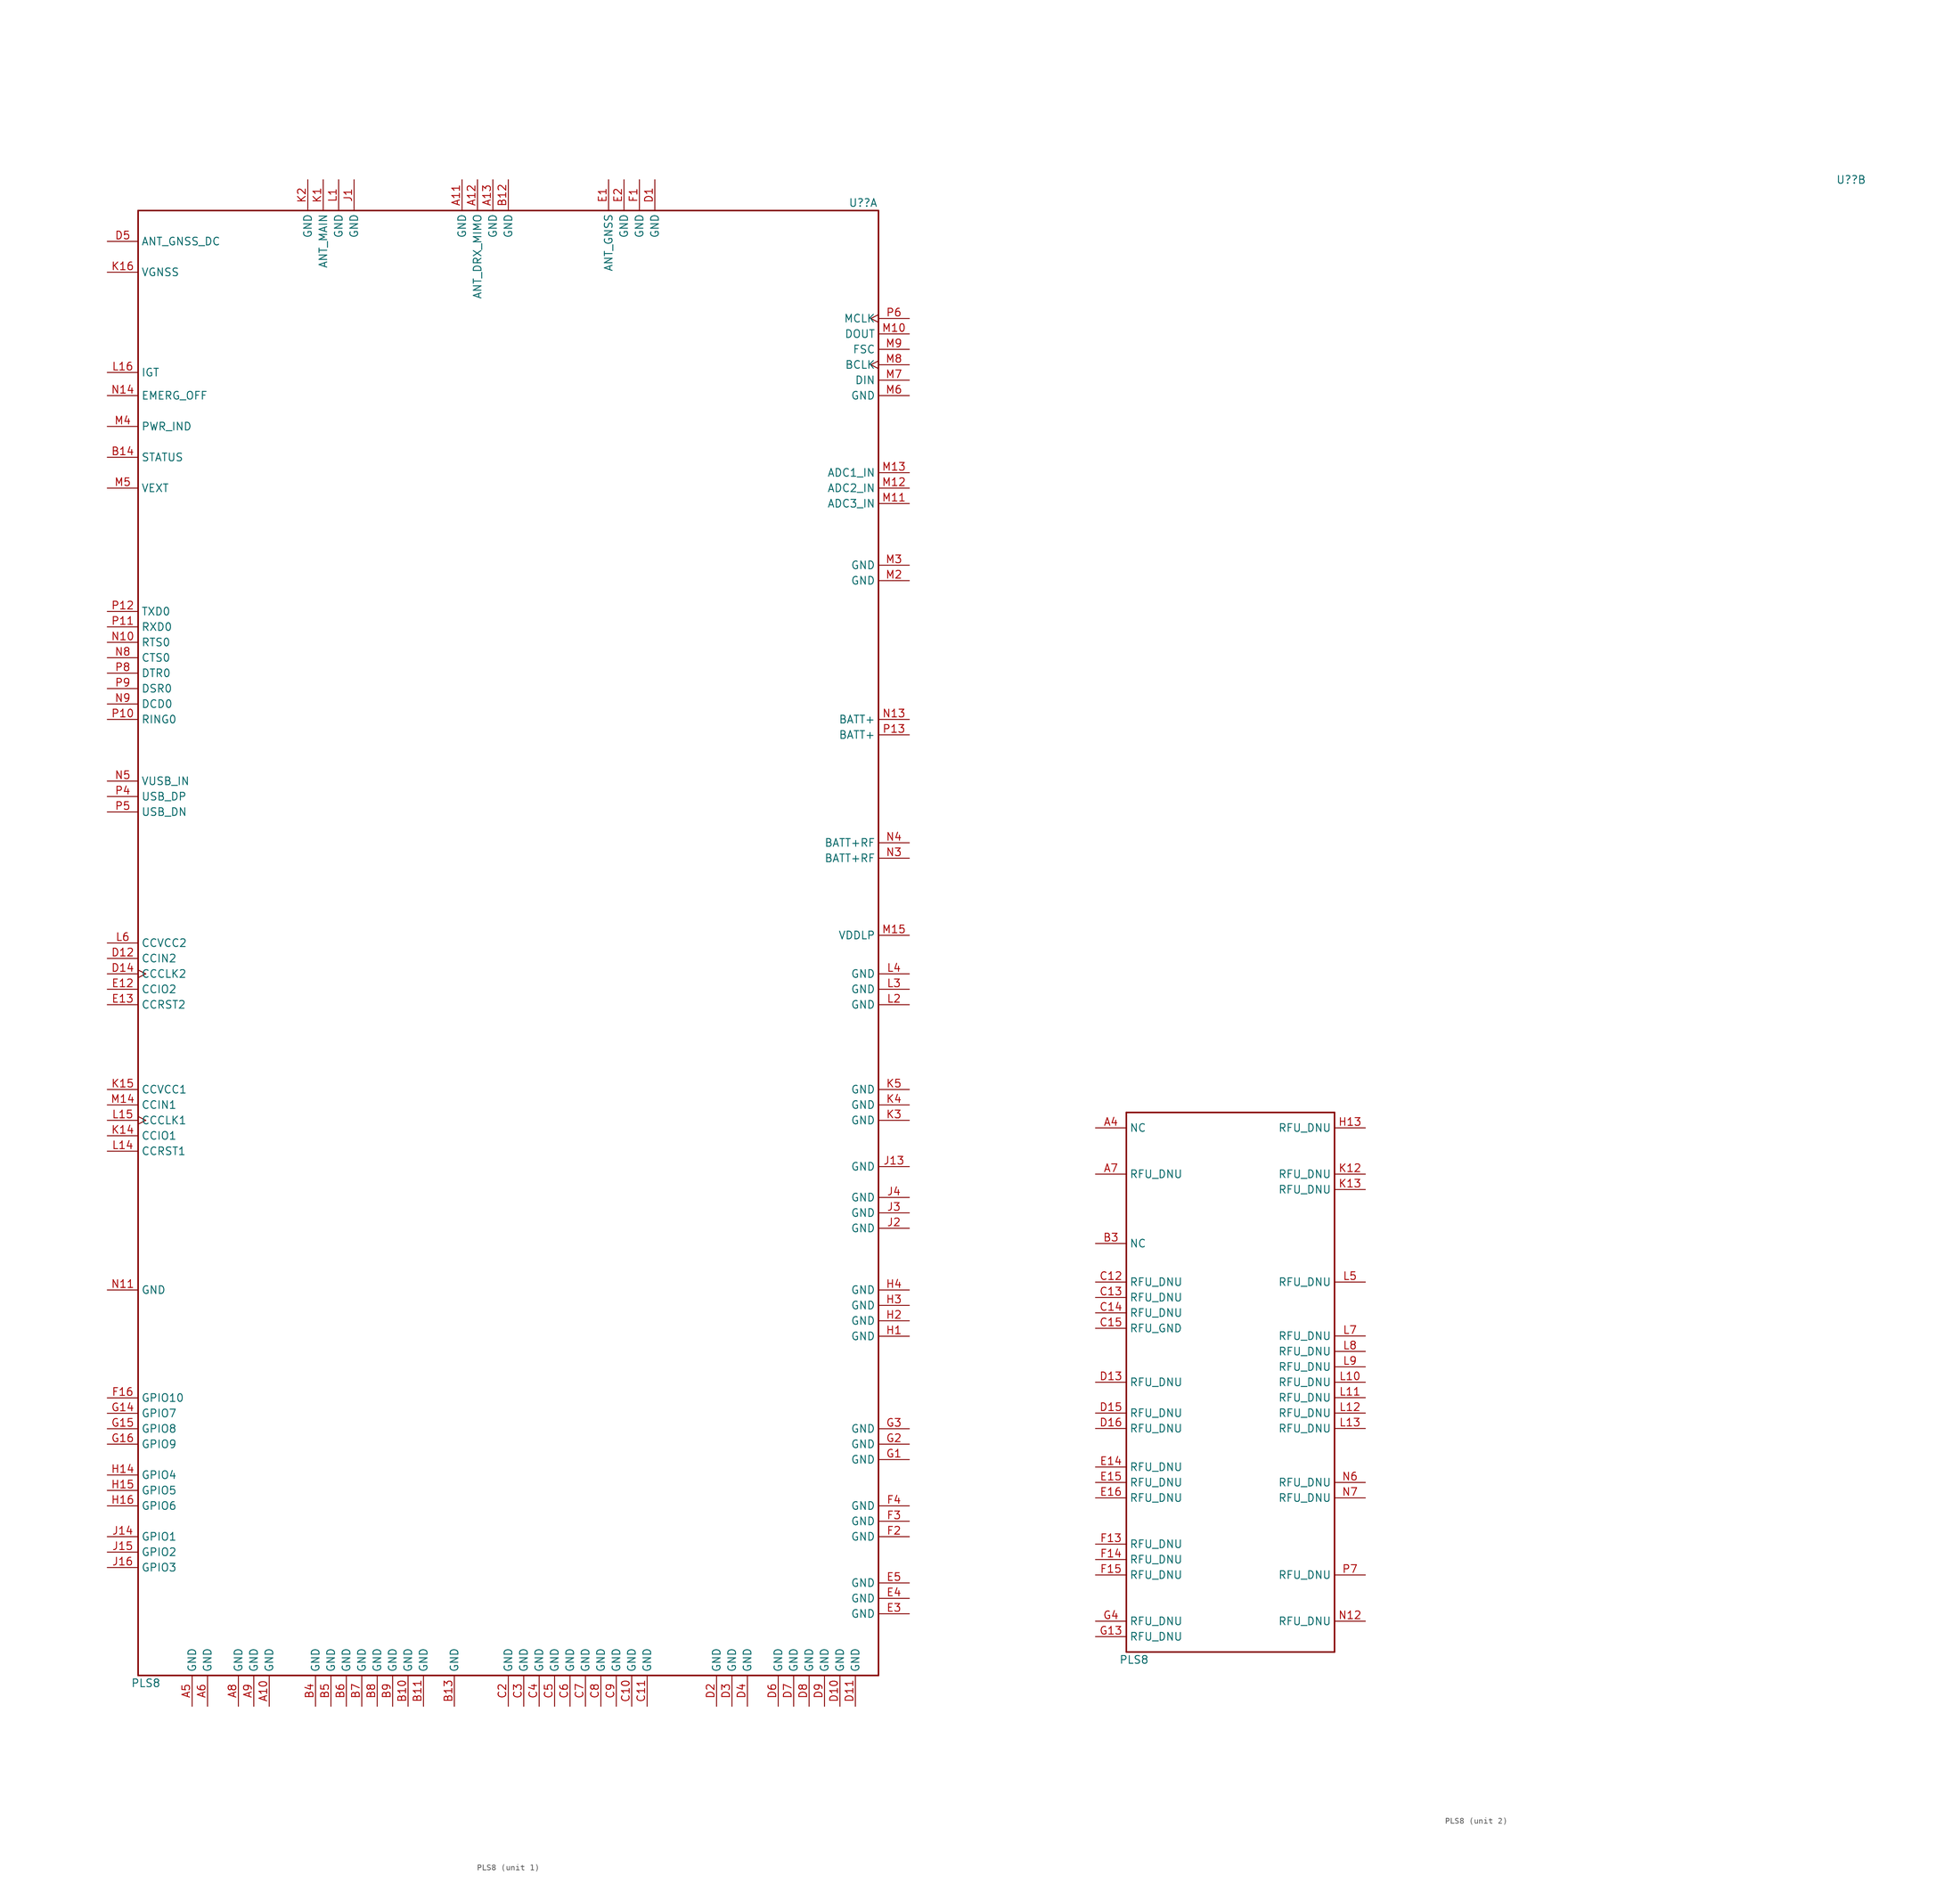
<source format=kicad_sym>
(kicad_symbol_lib
  (version 20211014)
  (generator kicad_symbol_editor)
  (symbol "PLS8"
    (property "Reference" "U?"
      (at 119.38 242.57 0)
      (effects (font (size 1.27 1.27))))
    (property "Value" "PLS8"
      (at 1.27 -1.27 0)
      (effects (font (size 1.27 1.27))))
    (property "ki_locked" ""
      (at 0 0 0)
      (effects (font (size 1.27 1.27))))
    (symbol "PLS8_1_0"
      (polyline (pts (xy 0 0) (xy 0 241.3)) (stroke (width 0.254) (type default) (color 0 0 0 0)) (fill (type none)))
      (polyline (pts (xy 0 241.3) (xy 121.92 241.3)) (stroke (width 0.254) (type default) (color 0 0 0 0)) (fill (type none)))
      (polyline (pts (xy 121.92 0) (xy 0 0)) (stroke (width 0.254) (type default) (color 0 0 0 0)) (fill (type none)))
      (polyline (pts (xy 121.92 241.3) (xy 121.92 0)) (stroke (width 0.254) (type default) (color 0 0 0 0)) (fill (type none)))
      (pin power_in line (at 21.59 -5.08 90) (length 5.08) (name "GND" (effects (font (size 1.27 1.27)))) (number "A10" (effects (font (size 1.27 1.27)))))
      (pin power_in line (at 53.34 246.38 270) (length 5.08) (name "GND" (effects (font (size 1.27 1.27)))) (number "A11" (effects (font (size 1.27 1.27)))))
      (pin bidirectional line (at 55.88 246.38 270) (length 5.08) (name "ANT_DRX_MIMO" (effects (font (size 1.27 1.27)))) (number "A12" (effects (font (size 1.27 1.27)))))
      (pin power_in line (at 58.42 246.38 270) (length 5.08) (name "GND" (effects (font (size 1.27 1.27)))) (number "A13" (effects (font (size 1.27 1.27)))))
      (pin power_in line (at 8.89 -5.08 90) (length 5.08) (name "GND" (effects (font (size 1.27 1.27)))) (number "A5" (effects (font (size 1.27 1.27)))))
      (pin power_in line (at 11.43 -5.08 90) (length 5.08) (name "GND" (effects (font (size 1.27 1.27)))) (number "A6" (effects (font (size 1.27 1.27)))))
      (pin power_in line (at 16.51 -5.08 90) (length 5.08) (name "GND" (effects (font (size 1.27 1.27)))) (number "A8" (effects (font (size 1.27 1.27)))))
      (pin power_in line (at 19.05 -5.08 90) (length 5.08) (name "GND" (effects (font (size 1.27 1.27)))) (number "A9" (effects (font (size 1.27 1.27)))))
      (pin power_in line (at 44.45 -5.08 90) (length 5.08) (name "GND" (effects (font (size 1.27 1.27)))) (number "B10" (effects (font (size 1.27 1.27)))))
      (pin power_in line (at 46.99 -5.08 90) (length 5.08) (name "GND" (effects (font (size 1.27 1.27)))) (number "B11" (effects (font (size 1.27 1.27)))))
      (pin power_in line (at 60.96 246.38 270) (length 5.08) (name "GND" (effects (font (size 1.27 1.27)))) (number "B12" (effects (font (size 1.27 1.27)))))
      (pin power_in line (at 52.07 -5.08 90) (length 5.08) (name "GND" (effects (font (size 1.27 1.27)))) (number "B13" (effects (font (size 1.27 1.27)))))
      (pin output line (at -5.08 200.66 0) (length 5.08) (name "STATUS" (effects (font (size 1.27 1.27)))) (number "B14" (effects (font (size 1.27 1.27)))))
      (pin power_in line (at 29.21 -5.08 90) (length 5.08) (name "GND" (effects (font (size 1.27 1.27)))) (number "B4" (effects (font (size 1.27 1.27)))))
      (pin power_in line (at 31.75 -5.08 90) (length 5.08) (name "GND" (effects (font (size 1.27 1.27)))) (number "B5" (effects (font (size 1.27 1.27)))))
      (pin power_in line (at 34.29 -5.08 90) (length 5.08) (name "GND" (effects (font (size 1.27 1.27)))) (number "B6" (effects (font (size 1.27 1.27)))))
      (pin power_in line (at 36.83 -5.08 90) (length 5.08) (name "GND" (effects (font (size 1.27 1.27)))) (number "B7" (effects (font (size 1.27 1.27)))))
      (pin power_in line (at 39.37 -5.08 90) (length 5.08) (name "GND" (effects (font (size 1.27 1.27)))) (number "B8" (effects (font (size 1.27 1.27)))))
      (pin power_in line (at 41.91 -5.08 90) (length 5.08) (name "GND" (effects (font (size 1.27 1.27)))) (number "B9" (effects (font (size 1.27 1.27)))))
      (pin power_in line (at 81.28 -5.08 90) (length 5.08) (name "GND" (effects (font (size 1.27 1.27)))) (number "C10" (effects (font (size 1.27 1.27)))))
      (pin power_in line (at 83.82 -5.08 90) (length 5.08) (name "GND" (effects (font (size 1.27 1.27)))) (number "C11" (effects (font (size 1.27 1.27)))))
      (pin power_in line (at 60.96 -5.08 90) (length 5.08) (name "GND" (effects (font (size 1.27 1.27)))) (number "C2" (effects (font (size 1.27 1.27)))))
      (pin power_in line (at 63.5 -5.08 90) (length 5.08) (name "GND" (effects (font (size 1.27 1.27)))) (number "C3" (effects (font (size 1.27 1.27)))))
      (pin power_in line (at 66.04 -5.08 90) (length 5.08) (name "GND" (effects (font (size 1.27 1.27)))) (number "C4" (effects (font (size 1.27 1.27)))))
      (pin power_in line (at 68.58 -5.08 90) (length 5.08) (name "GND" (effects (font (size 1.27 1.27)))) (number "C5" (effects (font (size 1.27 1.27)))))
      (pin power_in line (at 71.12 -5.08 90) (length 5.08) (name "GND" (effects (font (size 1.27 1.27)))) (number "C6" (effects (font (size 1.27 1.27)))))
      (pin power_in line (at 73.66 -5.08 90) (length 5.08) (name "GND" (effects (font (size 1.27 1.27)))) (number "C7" (effects (font (size 1.27 1.27)))))
      (pin power_in line (at 76.2 -5.08 90) (length 5.08) (name "GND" (effects (font (size 1.27 1.27)))) (number "C8" (effects (font (size 1.27 1.27)))))
      (pin power_in line (at 78.74 -5.08 90) (length 5.08) (name "GND" (effects (font (size 1.27 1.27)))) (number "C9" (effects (font (size 1.27 1.27)))))
      (pin passive line (at 85.09 246.38 270) (length 5.08) (name "GND" (effects (font (size 1.27 1.27)))) (number "D1" (effects (font (size 1.27 1.27)))))
      (pin power_in line (at 115.57 -5.08 90) (length 5.08) (name "GND" (effects (font (size 1.27 1.27)))) (number "D10" (effects (font (size 1.27 1.27)))))
      (pin power_in line (at 118.11 -5.08 90) (length 5.08) (name "GND" (effects (font (size 1.27 1.27)))) (number "D11" (effects (font (size 1.27 1.27)))))
      (pin input line (at -5.08 118.11 0) (length 5.08) (name "CCIN2" (effects (font (size 1.27 1.27)))) (number "D12" (effects (font (size 1.27 1.27)))))
      (pin output clock (at -5.08 115.57 0) (length 5.08) (name "CCCLK2" (effects (font (size 1.27 1.27)))) (number "D14" (effects (font (size 1.27 1.27)))))
      (pin power_in line (at 95.25 -5.08 90) (length 5.08) (name "GND" (effects (font (size 1.27 1.27)))) (number "D2" (effects (font (size 1.27 1.27)))))
      (pin power_in line (at 97.79 -5.08 90) (length 5.08) (name "GND" (effects (font (size 1.27 1.27)))) (number "D3" (effects (font (size 1.27 1.27)))))
      (pin power_in line (at 100.33 -5.08 90) (length 5.08) (name "GND" (effects (font (size 1.27 1.27)))) (number "D4" (effects (font (size 1.27 1.27)))))
      (pin input line (at -5.08 236.22 0) (length 5.08) (name "ANT_GNSS_DC" (effects (font (size 1.27 1.27)))) (number "D5" (effects (font (size 1.27 1.27)))))
      (pin power_in line (at 105.41 -5.08 90) (length 5.08) (name "GND" (effects (font (size 1.27 1.27)))) (number "D6" (effects (font (size 1.27 1.27)))))
      (pin power_in line (at 107.95 -5.08 90) (length 5.08) (name "GND" (effects (font (size 1.27 1.27)))) (number "D7" (effects (font (size 1.27 1.27)))))
      (pin power_in line (at 110.49 -5.08 90) (length 5.08) (name "GND" (effects (font (size 1.27 1.27)))) (number "D8" (effects (font (size 1.27 1.27)))))
      (pin power_in line (at 113.03 -5.08 90) (length 5.08) (name "GND" (effects (font (size 1.27 1.27)))) (number "D9" (effects (font (size 1.27 1.27)))))
      (pin passive line (at 77.47 246.38 270) (length 5.08) (name "ANT_GNSS" (effects (font (size 1.27 1.27)))) (number "E1" (effects (font (size 1.27 1.27)))))
      (pin bidirectional line (at -5.08 113.03 0) (length 5.08) (name "CCIO2" (effects (font (size 1.27 1.27)))) (number "E12" (effects (font (size 1.27 1.27)))))
      (pin output line (at -5.08 110.49 0) (length 5.08) (name "CCRST2" (effects (font (size 1.27 1.27)))) (number "E13" (effects (font (size 1.27 1.27)))))
      (pin passive line (at 80.01 246.38 270) (length 5.08) (name "GND" (effects (font (size 1.27 1.27)))) (number "E2" (effects (font (size 1.27 1.27)))))
      (pin power_in line (at 127 10.16 180) (length 5.08) (name "GND" (effects (font (size 1.27 1.27)))) (number "E3" (effects (font (size 1.27 1.27)))))
      (pin power_in line (at 127 12.7 180) (length 5.08) (name "GND" (effects (font (size 1.27 1.27)))) (number "E4" (effects (font (size 1.27 1.27)))))
      (pin power_in line (at 127 15.24 180) (length 5.08) (name "GND" (effects (font (size 1.27 1.27)))) (number "E5" (effects (font (size 1.27 1.27)))))
      (pin passive line (at 82.55 246.38 270) (length 5.08) (name "GND" (effects (font (size 1.27 1.27)))) (number "F1" (effects (font (size 1.27 1.27)))))
      (pin bidirectional line (at -5.08 45.72 0) (length 5.08) (name "GPIO10" (effects (font (size 1.27 1.27)))) (number "F16" (effects (font (size 1.27 1.27)))))
      (pin power_in line (at 127 22.86 180) (length 5.08) (name "GND" (effects (font (size 1.27 1.27)))) (number "F2" (effects (font (size 1.27 1.27)))))
      (pin power_in line (at 127 25.4 180) (length 5.08) (name "GND" (effects (font (size 1.27 1.27)))) (number "F3" (effects (font (size 1.27 1.27)))))
      (pin power_in line (at 127 27.94 180) (length 5.08) (name "GND" (effects (font (size 1.27 1.27)))) (number "F4" (effects (font (size 1.27 1.27)))))
      (pin power_in line (at 127 35.56 180) (length 5.08) (name "GND" (effects (font (size 1.27 1.27)))) (number "G1" (effects (font (size 1.27 1.27)))))
      (pin bidirectional line (at -5.08 43.18 0) (length 5.08) (name "GPIO7" (effects (font (size 1.27 1.27)))) (number "G14" (effects (font (size 1.27 1.27)))))
      (pin bidirectional line (at -5.08 40.64 0) (length 5.08) (name "GPIO8" (effects (font (size 1.27 1.27)))) (number "G15" (effects (font (size 1.27 1.27)))))
      (pin bidirectional line (at -5.08 38.1 0) (length 5.08) (name "GPIO9" (effects (font (size 1.27 1.27)))) (number "G16" (effects (font (size 1.27 1.27)))))
      (pin power_in line (at 127 38.1 180) (length 5.08) (name "GND" (effects (font (size 1.27 1.27)))) (number "G2" (effects (font (size 1.27 1.27)))))
      (pin power_in line (at 127 40.64 180) (length 5.08) (name "GND" (effects (font (size 1.27 1.27)))) (number "G3" (effects (font (size 1.27 1.27)))))
      (pin power_in line (at 127 55.88 180) (length 5.08) (name "GND" (effects (font (size 1.27 1.27)))) (number "H1" (effects (font (size 1.27 1.27)))))
      (pin bidirectional line (at -5.08 33.02 0) (length 5.08) (name "GPIO4" (effects (font (size 1.27 1.27)))) (number "H14" (effects (font (size 1.27 1.27)))))
      (pin bidirectional line (at -5.08 30.48 0) (length 5.08) (name "GPIO5" (effects (font (size 1.27 1.27)))) (number "H15" (effects (font (size 1.27 1.27)))))
      (pin bidirectional line (at -5.08 27.94 0) (length 5.08) (name "GPIO6" (effects (font (size 1.27 1.27)))) (number "H16" (effects (font (size 1.27 1.27)))))
      (pin power_in line (at 127 58.42 180) (length 5.08) (name "GND" (effects (font (size 1.27 1.27)))) (number "H2" (effects (font (size 1.27 1.27)))))
      (pin power_in line (at 127 60.96 180) (length 5.08) (name "GND" (effects (font (size 1.27 1.27)))) (number "H3" (effects (font (size 1.27 1.27)))))
      (pin power_in line (at 127 63.5 180) (length 5.08) (name "GND" (effects (font (size 1.27 1.27)))) (number "H4" (effects (font (size 1.27 1.27)))))
      (pin power_in line (at 35.56 246.38 270) (length 5.08) (name "GND" (effects (font (size 1.27 1.27)))) (number "J1" (effects (font (size 1.27 1.27)))))
      (pin power_in line (at 127 83.82 180) (length 5.08) (name "GND" (effects (font (size 1.27 1.27)))) (number "J13" (effects (font (size 1.27 1.27)))))
      (pin bidirectional line (at -5.08 22.86 0) (length 5.08) (name "GPIO1" (effects (font (size 1.27 1.27)))) (number "J14" (effects (font (size 1.27 1.27)))))
      (pin bidirectional line (at -5.08 20.32 0) (length 5.08) (name "GPIO2" (effects (font (size 1.27 1.27)))) (number "J15" (effects (font (size 1.27 1.27)))))
      (pin bidirectional line (at -5.08 17.78 0) (length 5.08) (name "GPIO3" (effects (font (size 1.27 1.27)))) (number "J16" (effects (font (size 1.27 1.27)))))
      (pin power_in line (at 127 73.66 180) (length 5.08) (name "GND" (effects (font (size 1.27 1.27)))) (number "J2" (effects (font (size 1.27 1.27)))))
      (pin power_in line (at 127 76.2 180) (length 5.08) (name "GND" (effects (font (size 1.27 1.27)))) (number "J3" (effects (font (size 1.27 1.27)))))
      (pin power_in line (at 127 78.74 180) (length 5.08) (name "GND" (effects (font (size 1.27 1.27)))) (number "J4" (effects (font (size 1.27 1.27)))))
      (pin bidirectional line (at 30.48 246.38 270) (length 5.08) (name "ANT_MAIN" (effects (font (size 1.27 1.27)))) (number "K1" (effects (font (size 1.27 1.27)))))
      (pin bidirectional line (at -5.08 88.9 0) (length 5.08) (name "CCIO1" (effects (font (size 1.27 1.27)))) (number "K14" (effects (font (size 1.27 1.27)))))
      (pin power_out line (at -5.08 96.52 0) (length 5.08) (name "CCVCC1" (effects (font (size 1.27 1.27)))) (number "K15" (effects (font (size 1.27 1.27)))))
      (pin output line (at -5.08 231.14 0) (length 5.08) (name "VGNSS" (effects (font (size 1.27 1.27)))) (number "K16" (effects (font (size 1.27 1.27)))))
      (pin power_in line (at 27.94 246.38 270) (length 5.08) (name "GND" (effects (font (size 1.27 1.27)))) (number "K2" (effects (font (size 1.27 1.27)))))
      (pin power_in line (at 127 91.44 180) (length 5.08) (name "GND" (effects (font (size 1.27 1.27)))) (number "K3" (effects (font (size 1.27 1.27)))))
      (pin power_in line (at 127 93.98 180) (length 5.08) (name "GND" (effects (font (size 1.27 1.27)))) (number "K4" (effects (font (size 1.27 1.27)))))
      (pin power_in line (at 127 96.52 180) (length 5.08) (name "GND" (effects (font (size 1.27 1.27)))) (number "K5" (effects (font (size 1.27 1.27)))))
      (pin power_in line (at 33.02 246.38 270) (length 5.08) (name "GND" (effects (font (size 1.27 1.27)))) (number "L1" (effects (font (size 1.27 1.27)))))
      (pin output line (at -5.08 86.36 0) (length 5.08) (name "CCRST1" (effects (font (size 1.27 1.27)))) (number "L14" (effects (font (size 1.27 1.27)))))
      (pin output clock (at -5.08 91.44 0) (length 5.08) (name "CCCLK1" (effects (font (size 1.27 1.27)))) (number "L15" (effects (font (size 1.27 1.27)))))
      (pin input line (at -5.08 214.63 0) (length 5.08) (name "IGT" (effects (font (size 1.27 1.27)))) (number "L16" (effects (font (size 1.27 1.27)))))
      (pin power_in line (at 127 110.49 180) (length 5.08) (name "GND" (effects (font (size 1.27 1.27)))) (number "L2" (effects (font (size 1.27 1.27)))))
      (pin power_in line (at 127 113.03 180) (length 5.08) (name "GND" (effects (font (size 1.27 1.27)))) (number "L3" (effects (font (size 1.27 1.27)))))
      (pin power_in line (at 127 115.57 180) (length 5.08) (name "GND" (effects (font (size 1.27 1.27)))) (number "L4" (effects (font (size 1.27 1.27)))))
      (pin power_out line (at -5.08 120.65 0) (length 5.08) (name "CCVCC2" (effects (font (size 1.27 1.27)))) (number "L6" (effects (font (size 1.27 1.27)))))
      (pin output line (at 127 220.98 180) (length 5.08) (name "DOUT" (effects (font (size 1.27 1.27)))) (number "M10" (effects (font (size 1.27 1.27)))))
      (pin input line (at 127 193.04 180) (length 5.08) (name "ADC3_IN" (effects (font (size 1.27 1.27)))) (number "M11" (effects (font (size 1.27 1.27)))))
      (pin input line (at 127 195.58 180) (length 5.08) (name "ADC2_IN" (effects (font (size 1.27 1.27)))) (number "M12" (effects (font (size 1.27 1.27)))))
      (pin input line (at 127 198.12 180) (length 5.08) (name "ADC1_IN" (effects (font (size 1.27 1.27)))) (number "M13" (effects (font (size 1.27 1.27)))))
      (pin input line (at -5.08 93.98 0) (length 5.08) (name "CCIN1" (effects (font (size 1.27 1.27)))) (number "M14" (effects (font (size 1.27 1.27)))))
      (pin power_out line (at 127 121.92 180) (length 5.08) (name "VDDLP" (effects (font (size 1.27 1.27)))) (number "M15" (effects (font (size 1.27 1.27)))))
      (pin power_in line (at 127 180.34 180) (length 5.08) (name "GND" (effects (font (size 1.27 1.27)))) (number "M2" (effects (font (size 1.27 1.27)))))
      (pin power_in line (at 127 182.88 180) (length 5.08) (name "GND" (effects (font (size 1.27 1.27)))) (number "M3" (effects (font (size 1.27 1.27)))))
      (pin output line (at -5.08 205.74 0) (length 5.08) (name "PWR_IND" (effects (font (size 1.27 1.27)))) (number "M4" (effects (font (size 1.27 1.27)))))
      (pin power_out line (at -5.08 195.58 0) (length 5.08) (name "VEXT" (effects (font (size 1.27 1.27)))) (number "M5" (effects (font (size 1.27 1.27)))))
      (pin power_in line (at 127 210.82 180) (length 5.08) (name "GND" (effects (font (size 1.27 1.27)))) (number "M6" (effects (font (size 1.27 1.27)))))
      (pin input line (at 127 213.36 180) (length 5.08) (name "DIN" (effects (font (size 1.27 1.27)))) (number "M7" (effects (font (size 1.27 1.27)))))
      (pin bidirectional clock (at 127 215.9 180) (length 5.08) (name "BCLK" (effects (font (size 1.27 1.27)))) (number "M8" (effects (font (size 1.27 1.27)))))
      (pin bidirectional line (at 127 218.44 180) (length 5.08) (name "FSC" (effects (font (size 1.27 1.27)))) (number "M9" (effects (font (size 1.27 1.27)))))
      (pin input line (at -5.08 170.18 0) (length 5.08) (name "RTS0" (effects (font (size 1.27 1.27)))) (number "N10" (effects (font (size 1.27 1.27)))))
      (pin power_in line (at -5.08 63.5 0) (length 5.08) (name "GND" (effects (font (size 1.27 1.27)))) (number "N11" (effects (font (size 1.27 1.27)))))
      (pin power_in line (at 127 157.48 180) (length 5.08) (name "BATT+" (effects (font (size 1.27 1.27)))) (number "N13" (effects (font (size 1.27 1.27)))))
      (pin input line (at -5.08 210.82 0) (length 5.08) (name "EMERG_OFF" (effects (font (size 1.27 1.27)))) (number "N14" (effects (font (size 1.27 1.27)))))
      (pin power_in line (at 127 134.62 180) (length 5.08) (name "BATT+RF" (effects (font (size 1.27 1.27)))) (number "N3" (effects (font (size 1.27 1.27)))))
      (pin power_in line (at 127 137.16 180) (length 5.08) (name "BATT+RF" (effects (font (size 1.27 1.27)))) (number "N4" (effects (font (size 1.27 1.27)))))
      (pin passive line (at -5.08 147.32 0) (length 5.08) (name "VUSB_IN" (effects (font (size 1.27 1.27)))) (number "N5" (effects (font (size 1.27 1.27)))))
      (pin output line (at -5.08 167.64 0) (length 5.08) (name "CTS0" (effects (font (size 1.27 1.27)))) (number "N8" (effects (font (size 1.27 1.27)))))
      (pin output line (at -5.08 160.02 0) (length 5.08) (name "DCD0" (effects (font (size 1.27 1.27)))) (number "N9" (effects (font (size 1.27 1.27)))))
      (pin output line (at -5.08 157.48 0) (length 5.08) (name "RING0" (effects (font (size 1.27 1.27)))) (number "P10" (effects (font (size 1.27 1.27)))))
      (pin input line (at -5.08 172.72 0) (length 5.08) (name "RXD0" (effects (font (size 1.27 1.27)))) (number "P11" (effects (font (size 1.27 1.27)))))
      (pin output line (at -5.08 175.26 0) (length 5.08) (name "TXD0" (effects (font (size 1.27 1.27)))) (number "P12" (effects (font (size 1.27 1.27)))))
      (pin power_in line (at 127 154.94 180) (length 5.08) (name "BATT+" (effects (font (size 1.27 1.27)))) (number "P13" (effects (font (size 1.27 1.27)))))
      (pin bidirectional line (at -5.08 144.78 0) (length 5.08) (name "USB_DP" (effects (font (size 1.27 1.27)))) (number "P4" (effects (font (size 1.27 1.27)))))
      (pin bidirectional line (at -5.08 142.24 0) (length 5.08) (name "USB_DN" (effects (font (size 1.27 1.27)))) (number "P5" (effects (font (size 1.27 1.27)))))
      (pin output clock (at 127 223.52 180) (length 5.08) (name "MCLK" (effects (font (size 1.27 1.27)))) (number "P6" (effects (font (size 1.27 1.27)))))
      (pin input line (at -5.08 165.1 0) (length 5.08) (name "DTR0" (effects (font (size 1.27 1.27)))) (number "P8" (effects (font (size 1.27 1.27)))))
      (pin output line (at -5.08 162.56 0) (length 5.08) (name "DSR0" (effects (font (size 1.27 1.27)))) (number "P9" (effects (font (size 1.27 1.27))))))
    (symbol "PLS8_2_0"
      (polyline (pts (xy 0 0) (xy 0 88.9)) (stroke (width 0.254) (type default) (color 0 0 0 0)) (fill (type none)))
      (polyline (pts (xy 0 88.9) (xy 34.29 88.9)) (stroke (width 0.254) (type default) (color 0 0 0 0)) (fill (type none)))
      (polyline (pts (xy 34.29 0) (xy 0 0)) (stroke (width 0.254) (type default) (color 0 0 0 0)) (fill (type none)))
      (polyline (pts (xy 34.29 88.9) (xy 34.29 0)) (stroke (width 0.254) (type default) (color 0 0 0 0)) (fill (type none)))
      (pin passive line (at -5.08 86.36 0) (length 5.08) (name "NC" (effects (font (size 1.27 1.27)))) (number "A4" (effects (font (size 1.27 1.27)))))
      (pin passive line (at -5.08 78.74 0) (length 5.08) (name "RFU_DNU" (effects (font (size 1.27 1.27)))) (number "A7" (effects (font (size 1.27 1.27)))))
      (pin passive line (at -5.08 67.31 0) (length 5.08) (name "NC" (effects (font (size 1.27 1.27)))) (number "B3" (effects (font (size 1.27 1.27)))))
      (pin passive line (at -5.08 60.96 0) (length 5.08) (name "RFU_DNU" (effects (font (size 1.27 1.27)))) (number "C12" (effects (font (size 1.27 1.27)))))
      (pin passive line (at -5.08 58.42 0) (length 5.08) (name "RFU_DNU" (effects (font (size 1.27 1.27)))) (number "C13" (effects (font (size 1.27 1.27)))))
      (pin passive line (at -5.08 55.88 0) (length 5.08) (name "RFU_DNU" (effects (font (size 1.27 1.27)))) (number "C14" (effects (font (size 1.27 1.27)))))
      (pin passive line (at -5.08 53.34 0) (length 5.08) (name "RFU_GND" (effects (font (size 1.27 1.27)))) (number "C15" (effects (font (size 1.27 1.27)))))
      (pin passive line (at -5.08 44.45 0) (length 5.08) (name "RFU_DNU" (effects (font (size 1.27 1.27)))) (number "D13" (effects (font (size 1.27 1.27)))))
      (pin passive line (at -5.08 39.37 0) (length 5.08) (name "RFU_DNU" (effects (font (size 1.27 1.27)))) (number "D15" (effects (font (size 1.27 1.27)))))
      (pin passive line (at -5.08 36.83 0) (length 5.08) (name "RFU_DNU" (effects (font (size 1.27 1.27)))) (number "D16" (effects (font (size 1.27 1.27)))))
      (pin passive line (at -5.08 30.48 0) (length 5.08) (name "RFU_DNU" (effects (font (size 1.27 1.27)))) (number "E14" (effects (font (size 1.27 1.27)))))
      (pin passive line (at -5.08 27.94 0) (length 5.08) (name "RFU_DNU" (effects (font (size 1.27 1.27)))) (number "E15" (effects (font (size 1.27 1.27)))))
      (pin passive line (at -5.08 25.4 0) (length 5.08) (name "RFU_DNU" (effects (font (size 1.27 1.27)))) (number "E16" (effects (font (size 1.27 1.27)))))
      (pin passive line (at -5.08 17.78 0) (length 5.08) (name "RFU_DNU" (effects (font (size 1.27 1.27)))) (number "F13" (effects (font (size 1.27 1.27)))))
      (pin passive line (at -5.08 15.24 0) (length 5.08) (name "RFU_DNU" (effects (font (size 1.27 1.27)))) (number "F14" (effects (font (size 1.27 1.27)))))
      (pin passive line (at -5.08 12.7 0) (length 5.08) (name "RFU_DNU" (effects (font (size 1.27 1.27)))) (number "F15" (effects (font (size 1.27 1.27)))))
      (pin passive line (at -5.08 2.54 0) (length 5.08) (name "RFU_DNU" (effects (font (size 1.27 1.27)))) (number "G13" (effects (font (size 1.27 1.27)))))
      (pin passive line (at -5.08 5.08 0) (length 5.08) (name "RFU_DNU" (effects (font (size 1.27 1.27)))) (number "G4" (effects (font (size 1.27 1.27)))))
      (pin passive line (at 39.37 86.36 180) (length 5.08) (name "RFU_DNU" (effects (font (size 1.27 1.27)))) (number "H13" (effects (font (size 1.27 1.27)))))
      (pin passive line (at 39.37 78.74 180) (length 5.08) (name "RFU_DNU" (effects (font (size 1.27 1.27)))) (number "K12" (effects (font (size 1.27 1.27)))))
      (pin passive line (at 39.37 76.2 180) (length 5.08) (name "RFU_DNU" (effects (font (size 1.27 1.27)))) (number "K13" (effects (font (size 1.27 1.27)))))
      (pin passive line (at 39.37 44.45 180) (length 5.08) (name "RFU_DNU" (effects (font (size 1.27 1.27)))) (number "L10" (effects (font (size 1.27 1.27)))))
      (pin passive line (at 39.37 41.91 180) (length 5.08) (name "RFU_DNU" (effects (font (size 1.27 1.27)))) (number "L11" (effects (font (size 1.27 1.27)))))
      (pin passive line (at 39.37 39.37 180) (length 5.08) (name "RFU_DNU" (effects (font (size 1.27 1.27)))) (number "L12" (effects (font (size 1.27 1.27)))))
      (pin passive line (at 39.37 36.83 180) (length 5.08) (name "RFU_DNU" (effects (font (size 1.27 1.27)))) (number "L13" (effects (font (size 1.27 1.27)))))
      (pin passive line (at 39.37 60.96 180) (length 5.08) (name "RFU_DNU" (effects (font (size 1.27 1.27)))) (number "L5" (effects (font (size 1.27 1.27)))))
      (pin passive line (at 39.37 52.07 180) (length 5.08) (name "RFU_DNU" (effects (font (size 1.27 1.27)))) (number "L7" (effects (font (size 1.27 1.27)))))
      (pin passive line (at 39.37 49.53 180) (length 5.08) (name "RFU_DNU" (effects (font (size 1.27 1.27)))) (number "L8" (effects (font (size 1.27 1.27)))))
      (pin passive line (at 39.37 46.99 180) (length 5.08) (name "RFU_DNU" (effects (font (size 1.27 1.27)))) (number "L9" (effects (font (size 1.27 1.27)))))
      (pin passive line (at 39.37 5.08 180) (length 5.08) (name "RFU_DNU" (effects (font (size 1.27 1.27)))) (number "N12" (effects (font (size 1.27 1.27)))))
      (pin passive line (at 39.37 27.94 180) (length 5.08) (name "RFU_DNU" (effects (font (size 1.27 1.27)))) (number "N6" (effects (font (size 1.27 1.27)))))
      (pin passive line (at 39.37 25.4 180) (length 5.08) (name "RFU_DNU" (effects (font (size 1.27 1.27)))) (number "N7" (effects (font (size 1.27 1.27)))))
      (pin passive line (at 39.37 12.7 180) (length 5.08) (name "RFU_DNU" (effects (font (size 1.27 1.27)))) (number "P7" (effects (font (size 1.27 1.27))))))))
</source>
